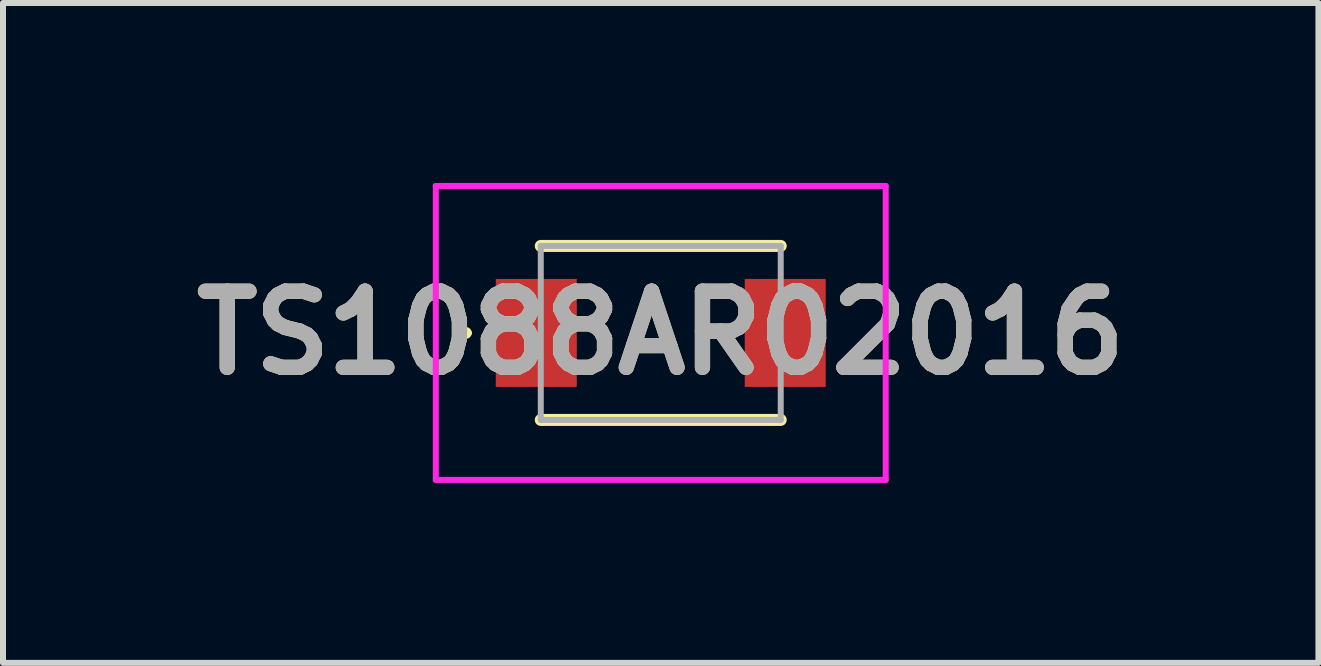
<source format=kicad_pcb>
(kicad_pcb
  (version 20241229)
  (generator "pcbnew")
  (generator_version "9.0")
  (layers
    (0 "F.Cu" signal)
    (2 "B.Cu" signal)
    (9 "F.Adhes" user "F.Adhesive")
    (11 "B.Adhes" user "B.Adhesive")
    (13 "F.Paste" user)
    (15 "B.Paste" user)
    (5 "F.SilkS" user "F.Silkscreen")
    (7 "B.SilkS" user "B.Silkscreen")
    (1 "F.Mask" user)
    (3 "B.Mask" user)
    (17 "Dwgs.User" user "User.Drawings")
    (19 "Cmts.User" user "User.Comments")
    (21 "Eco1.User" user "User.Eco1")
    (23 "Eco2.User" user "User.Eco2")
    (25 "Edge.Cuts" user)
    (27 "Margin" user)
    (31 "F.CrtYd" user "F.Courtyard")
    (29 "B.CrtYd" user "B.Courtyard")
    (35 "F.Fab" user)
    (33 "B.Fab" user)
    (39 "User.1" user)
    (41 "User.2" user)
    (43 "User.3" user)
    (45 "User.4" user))
  (footprint "TS1088AR02016"
    (layer "F.Cu")
    (at 7.965 2.5)
    (property "Reference" "TS1088AR02016" (at 0 0 0) (layer "F.SilkS") (effects (font (size 1.27 1.27) (thickness 0.254))))
    (attr smd)
    (fp_line (start -3.3 0) (end -3.3 0) (stroke (width 0.1) (type solid)) (layer "F.SilkS"))
    (fp_line (start -3.2 0) (end -3.2 0) (stroke (width 0.1) (type solid)) (layer "F.SilkS"))
    (fp_line (start -2 -1.45) (end 2 -1.45) (stroke (width 0.2) (type solid)) (layer "F.SilkS"))
    (fp_line (start -2 1.45) (end 2 1.45) (stroke (width 0.2) (type solid)) (layer "F.SilkS"))
    (fp_arc (start -3.3 0) (mid -3.25 -0.05) (end -3.2 0) (stroke (width 0.1) (type solid)) (layer "F.SilkS"))
    (fp_arc (start -3.2 0) (mid -3.25 0.05) (end -3.3 0) (stroke (width 0.1) (type solid)) (layer "F.SilkS"))
    (fp_line (start -3.75 -2.45) (end 3.75 -2.45) (stroke (width 0.1) (type solid)) (layer "F.CrtYd"))
    (fp_line (start -3.75 2.45) (end -3.75 -2.45) (stroke (width 0.1) (type solid)) (layer "F.CrtYd"))
    (fp_line (start 3.75 -2.45) (end 3.75 2.45) (stroke (width 0.1) (type solid)) (layer "F.CrtYd"))
    (fp_line (start 3.75 2.45) (end -3.75 2.45) (stroke (width 0.1) (type solid)) (layer "F.CrtYd"))
    (fp_line (start -2 -1.45) (end 2 -1.45) (stroke (width 0.1) (type solid)) (layer "F.Fab"))
    (fp_line (start -2 1.45) (end -2 -1.45) (stroke (width 0.1) (type solid)) (layer "F.Fab"))
    (fp_line (start 2 -1.45) (end 2 1.45) (stroke (width 0.1) (type solid)) (layer "F.Fab"))
    (fp_line (start 2 1.45) (end -2 1.45) (stroke (width 0.1) (type solid)) (layer "F.Fab"))
    (fp_text user "${REFERENCE}" (at 0 0 0) (layer "F.Fab") (effects (font (size 1.27 1.27) (thickness 0.254))))
    (pad "1" smd rect (at -2.075 0) (size 1.35 1.8) (layers "F.Cu" "F.Mask" "F.Paste"))
    (pad "2" smd rect (at 2.075 0) (size 1.35 1.8) (layers "F.Cu" "F.Mask" "F.Paste")))
  (gr_rect
    (start -3 -3)
    (end 18.929 8)
    (stroke (width 0.1) (type default))
    (fill no)
    (layer "Edge.Cuts")))
</source>
